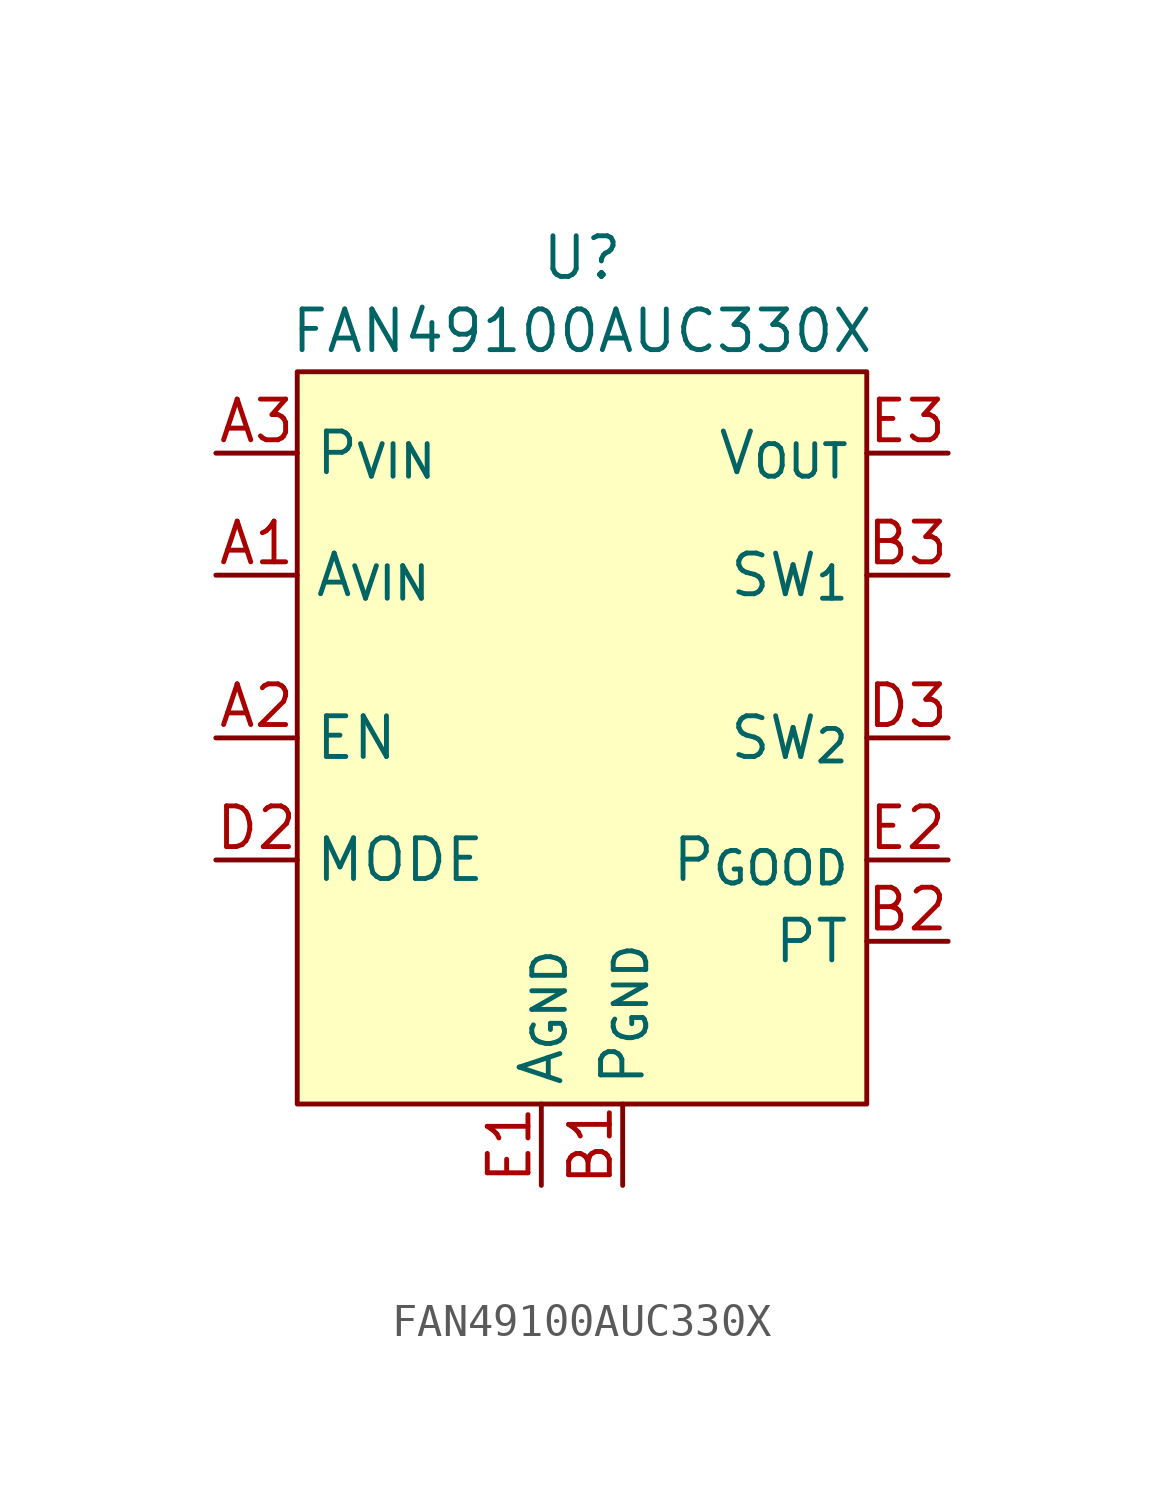
<source format=kicad_sym>
(kicad_symbol_lib
  (version 20241209)
  (generator "kicad_symbol_editor")
  (generator_version "9.0")
  (symbol "FAN49100AUC330X"
    (property "Reference" "U"
      (at 0 14.986 0)
      (effects (font (size 1.27 1.27))))
    (property "Value" "FAN49100AUC330X"
      (at 0 12.7 0)
      (effects (font (size 1.27 1.27))))
    (symbol "FAN49100AUC330X_1_1"
      (rectangle (start -8.89 11.43) (end 8.89 -11.43) (stroke (width 0) (type solid)) (fill (type background)))
      (pin power_in line (at -11.43 8.89 0) (length 2.54) (name "P_{VIN}" (effects (font (size 1.27 1.27)))) (number "A3" (effects (font (size 1.27 1.27)))))
      (pin power_in line (at -11.43 8.89 0) (length 2.54) (hide yes) (name "P_{VIN}" (effects (font (size 1.27 1.27)))) (number "A4" (effects (font (size 1.27 1.27)))))
      (pin power_in line (at -11.43 5.08 0) (length 2.54) (name "A_{VIN}" (effects (font (size 1.27 1.27)))) (number "A1" (effects (font (size 1.27 1.27)))))
      (pin input line (at -11.43 0 0) (length 2.54) (name "EN" (effects (font (size 1.27 1.27)))) (number "A2" (effects (font (size 1.27 1.27)))))
      (pin input line (at -11.43 -3.81 0) (length 2.54) (name "MODE" (effects (font (size 1.27 1.27)))) (number "D2" (effects (font (size 1.27 1.27)))))
      (pin passive line (at -1.27 -13.97 90) (length 2.54) (name "A_{GND}" (effects (font (size 1.27 1.27)))) (number "E1" (effects (font (size 1.27 1.27)))))
      (pin passive line (at 1.27 -13.97 90) (length 2.54) (name "P_{GND}" (effects (font (size 1.27 1.27)))) (number "B1" (effects (font (size 1.27 1.27)))))
      (pin passive line (at 1.27 -13.97 90) (length 2.54) (hide yes) (name "P_{GND}" (effects (font (size 1.27 1.27)))) (number "C1" (effects (font (size 1.27 1.27)))))
      (pin passive line (at 1.27 -13.97 90) (length 2.54) (hide yes) (name "P_{GND}" (effects (font (size 1.27 1.27)))) (number "C2" (effects (font (size 1.27 1.27)))))
      (pin passive line (at 1.27 -13.97 90) (length 2.54) (hide yes) (name "P_{GND}" (effects (font (size 1.27 1.27)))) (number "C3" (effects (font (size 1.27 1.27)))))
      (pin passive line (at 1.27 -13.97 90) (length 2.54) (hide yes) (name "P_{GND}" (effects (font (size 1.27 1.27)))) (number "C4" (effects (font (size 1.27 1.27)))))
      (pin passive line (at 1.27 -13.97 90) (length 2.54) (hide yes) (name "P_{GND}" (effects (font (size 1.27 1.27)))) (number "D1" (effects (font (size 1.27 1.27)))))
      (pin power_out line (at 11.43 8.89 180) (length 2.54) (name "V_{OUT}" (effects (font (size 1.27 1.27)))) (number "E3" (effects (font (size 1.27 1.27)))))
      (pin power_out line (at 11.43 8.89 180) (length 2.54) (hide yes) (name "V_{OUT}" (effects (font (size 1.27 1.27)))) (number "E4" (effects (font (size 1.27 1.27)))))
      (pin passive line (at 11.43 5.08 180) (length 2.54) (name "SW_{1}" (effects (font (size 1.27 1.27)))) (number "B3" (effects (font (size 1.27 1.27)))))
      (pin passive line (at 11.43 5.08 180) (length 2.54) (hide yes) (name "SW_{1}" (effects (font (size 1.27 1.27)))) (number "B4" (effects (font (size 1.27 1.27)))))
      (pin passive line (at 11.43 0 180) (length 2.54) (name "SW_{2}" (effects (font (size 1.27 1.27)))) (number "D3" (effects (font (size 1.27 1.27)))))
      (pin passive line (at 11.43 0 180) (length 2.54) (hide yes) (name "SW_{2}" (effects (font (size 1.27 1.27)))) (number "D4" (effects (font (size 1.27 1.27)))))
      (pin open_collector line (at 11.43 -3.81 180) (length 2.54) (name "P_{GOOD}" (effects (font (size 1.27 1.27)))) (number "E2" (effects (font (size 1.27 1.27)))))
      (pin input line (at 11.43 -6.35 180) (length 2.54) (name "PT" (effects (font (size 1.27 1.27)))) (number "B2" (effects (font (size 1.27 1.27))))))))
</source>
